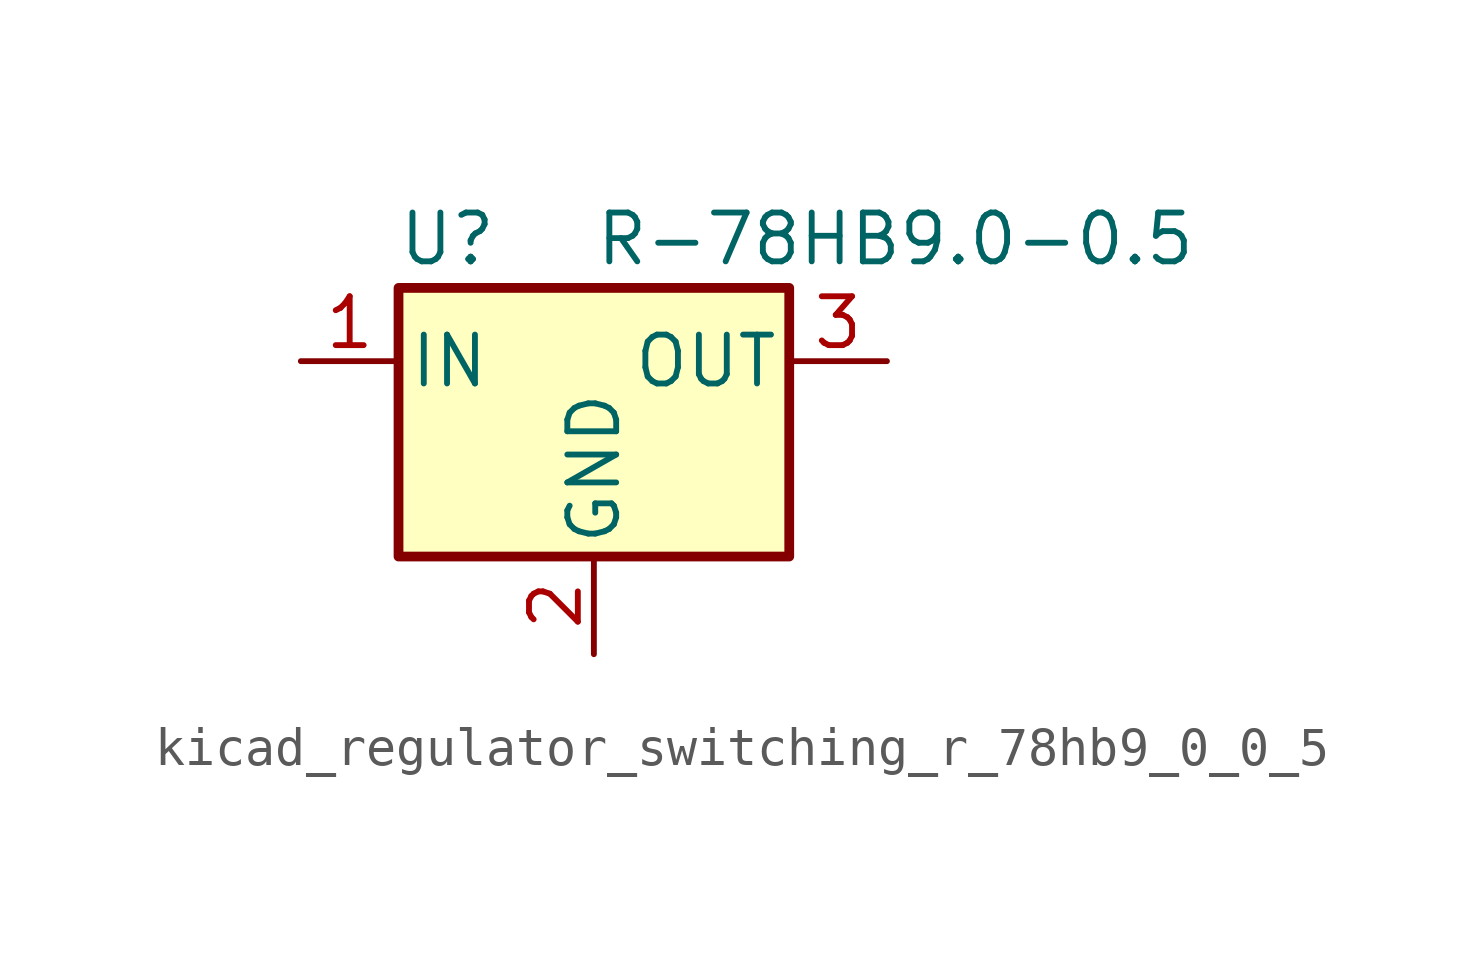
<source format=kicad_sym>
(kicad_symbol_lib
  (version 20220914)
  (generator kicad_symbol_editor)
  (symbol "kicad_regulator_switching_r_78hb9_0_0_5"
    (pin_names
      (offset 0.254))
    (property "Reference" "U"
      (at -3.81 3.175 0)
      (effects (font (size 1.27 1.27))))
    (property "Value" "R-78HB9.0-0.5"
      (at 0 3.175 0)
      (effects (font (size 1.27 1.27)) (justify left)))
    (symbol "kicad_regulator_switching_r_78hb9_0_0_5_0_1"
      (rectangle (start -5.08 1.905) (end 5.08 -5.08) (stroke (width 0.254) (type default)) (fill (type background))))
    (symbol "kicad_regulator_switching_r_78hb9_0_0_5_1_1"
      (pin power_in line (at -7.62 0 0) (length 2.54) (name "IN" (effects (font (size 1.27 1.27)))) (number "1" (effects (font (size 1.27 1.27)))))
      (pin power_in line (at 0 -7.62 90) (length 2.54) (name "GND" (effects (font (size 1.27 1.27)))) (number "2" (effects (font (size 1.27 1.27)))))
      (pin power_out line (at 7.62 0 180) (length 2.54) (name "OUT" (effects (font (size 1.27 1.27)))) (number "3" (effects (font (size 1.27 1.27))))))))
</source>
